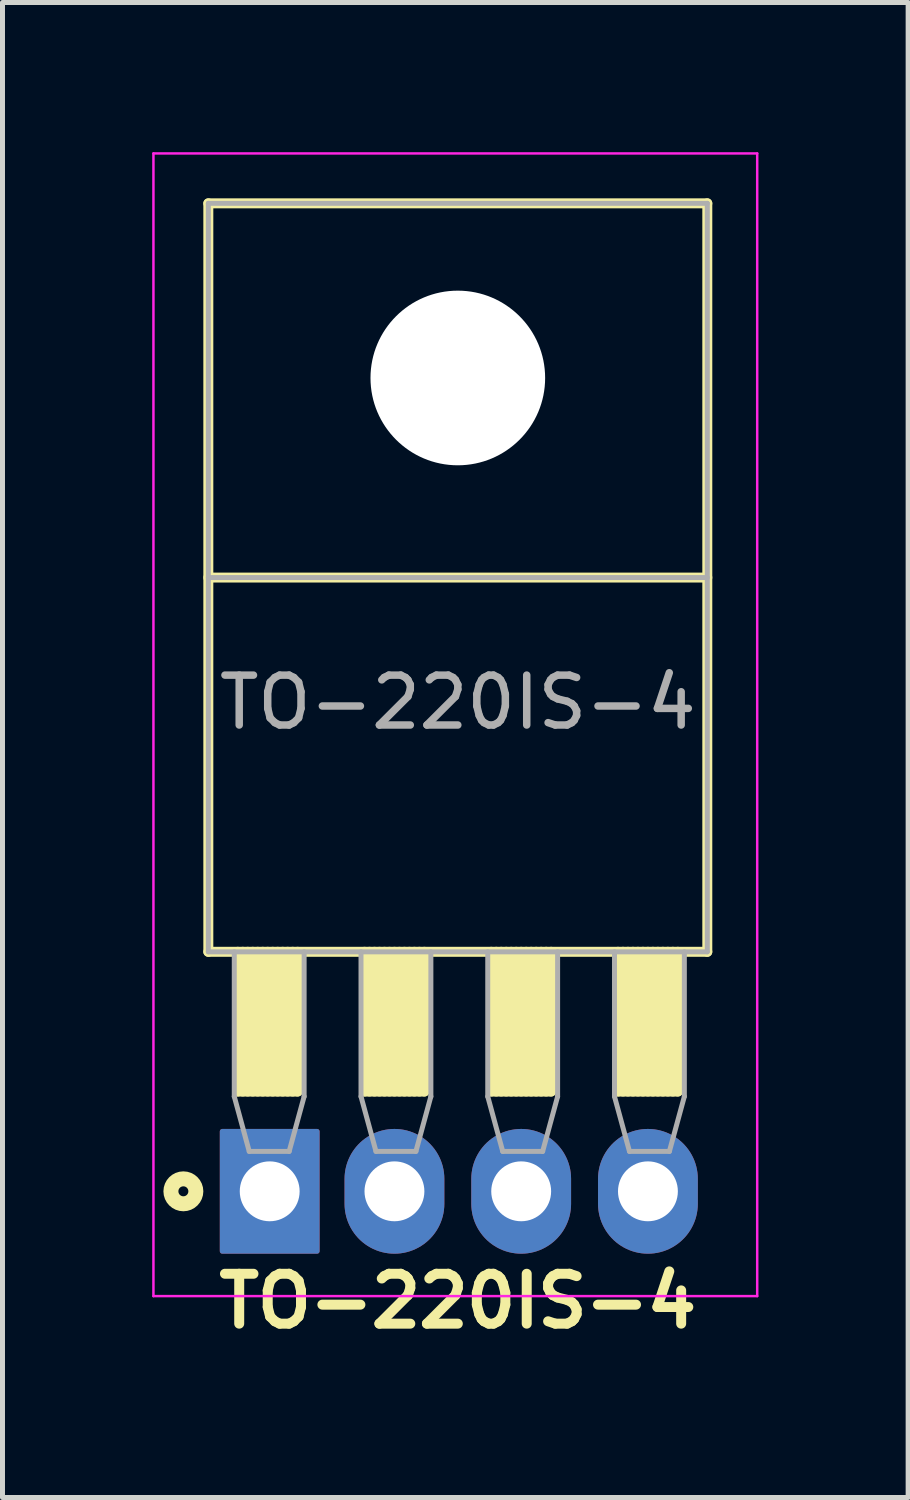
<source format=kicad_pcb>
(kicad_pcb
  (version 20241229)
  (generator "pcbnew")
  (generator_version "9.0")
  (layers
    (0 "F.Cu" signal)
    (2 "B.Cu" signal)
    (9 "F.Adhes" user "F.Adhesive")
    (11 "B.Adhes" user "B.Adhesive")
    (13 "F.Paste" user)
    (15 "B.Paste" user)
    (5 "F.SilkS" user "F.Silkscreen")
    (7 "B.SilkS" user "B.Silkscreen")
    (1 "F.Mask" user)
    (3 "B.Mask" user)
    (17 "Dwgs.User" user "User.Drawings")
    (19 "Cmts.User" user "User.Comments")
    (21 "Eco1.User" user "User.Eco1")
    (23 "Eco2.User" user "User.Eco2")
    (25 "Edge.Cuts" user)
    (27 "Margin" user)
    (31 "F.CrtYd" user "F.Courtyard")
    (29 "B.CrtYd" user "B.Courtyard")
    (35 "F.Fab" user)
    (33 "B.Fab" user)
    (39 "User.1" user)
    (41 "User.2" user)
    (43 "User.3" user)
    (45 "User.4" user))
  (footprint "TO-220IS-4"
    (layer "F.Cu")
    (at 6.125 20.825)
    (property "Reference" "TO-220IS-4" (at 0 2.2 0) (layer "F.SilkS") (effects (font (size 1 1) (thickness 0.2))))
    (attr through_hole)
    (fp_line (start -5 -4.8) (end -5 -19.8) (stroke (width 0.2) (type solid)) (layer "F.SilkS"))
    (fp_line (start -4.41 -4.8) (end -4.41 -2) (stroke (width 0.2) (type solid)) (layer "F.SilkS"))
    (fp_line (start -4.41 -2) (end -3.21 -2) (stroke (width 0.2) (type solid)) (layer "F.SilkS"))
    (fp_line (start -4.31 -4.8) (end -4.31 -2) (stroke (width 0.2) (type solid)) (layer "F.SilkS"))
    (fp_line (start -4.21 -4.8) (end -4.21 -2) (stroke (width 0.2) (type solid)) (layer "F.SilkS"))
    (fp_line (start -4.11 -4.8) (end -4.11 -2) (stroke (width 0.2) (type solid)) (layer "F.SilkS"))
    (fp_line (start -4.01 -4.8) (end -4.01 -2) (stroke (width 0.2) (type solid)) (layer "F.SilkS"))
    (fp_line (start -3.91 -4.8) (end -3.91 -2) (stroke (width 0.2) (type solid)) (layer "F.SilkS"))
    (fp_line (start -3.81 -4.8) (end -3.81 -2) (stroke (width 0.2) (type solid)) (layer "F.SilkS"))
    (fp_line (start -3.71 -4.8) (end -3.71 -2) (stroke (width 0.2) (type solid)) (layer "F.SilkS"))
    (fp_line (start -3.61 -4.8) (end -3.61 -2) (stroke (width 0.2) (type solid)) (layer "F.SilkS"))
    (fp_line (start -3.51 -4.8) (end -3.51 -2) (stroke (width 0.2) (type solid)) (layer "F.SilkS"))
    (fp_line (start -3.41 -4.8) (end -3.41 -2) (stroke (width 0.2) (type solid)) (layer "F.SilkS"))
    (fp_line (start -3.31 -4.8) (end -3.31 -2) (stroke (width 0.2) (type solid)) (layer "F.SilkS"))
    (fp_line (start -3.21 -4.8) (end -3.21 -2) (stroke (width 0.2) (type solid)) (layer "F.SilkS"))
    (fp_line (start -1.87 -4.8) (end -1.87 -2) (stroke (width 0.2) (type solid)) (layer "F.SilkS"))
    (fp_line (start -1.87 -2) (end -0.67 -2) (stroke (width 0.2) (type solid)) (layer "F.SilkS"))
    (fp_line (start -1.77 -4.8) (end -1.77 -2) (stroke (width 0.2) (type solid)) (layer "F.SilkS"))
    (fp_line (start -1.67 -4.8) (end -1.67 -2) (stroke (width 0.2) (type solid)) (layer "F.SilkS"))
    (fp_line (start -1.57 -4.8) (end -1.57 -2) (stroke (width 0.2) (type solid)) (layer "F.SilkS"))
    (fp_line (start -1.47 -4.8) (end -1.47 -2) (stroke (width 0.2) (type solid)) (layer "F.SilkS"))
    (fp_line (start -1.37 -4.8) (end -1.37 -2) (stroke (width 0.2) (type solid)) (layer "F.SilkS"))
    (fp_line (start -1.27 -4.8) (end -1.27 -2) (stroke (width 0.2) (type solid)) (layer "F.SilkS"))
    (fp_line (start -1.17 -4.8) (end -1.17 -2) (stroke (width 0.2) (type solid)) (layer "F.SilkS"))
    (fp_line (start -1.07 -4.8) (end -1.07 -2) (stroke (width 0.2) (type solid)) (layer "F.SilkS"))
    (fp_line (start -0.97 -4.8) (end -0.97 -2) (stroke (width 0.2) (type solid)) (layer "F.SilkS"))
    (fp_line (start -0.87 -4.8) (end -0.87 -2) (stroke (width 0.2) (type solid)) (layer "F.SilkS"))
    (fp_line (start -0.77 -4.8) (end -0.77 -2) (stroke (width 0.2) (type solid)) (layer "F.SilkS"))
    (fp_line (start -0.67 -4.8) (end -0.67 -2) (stroke (width 0.2) (type solid)) (layer "F.SilkS"))
    (fp_line (start 0.67 -4.8) (end 0.67 -2) (stroke (width 0.2) (type solid)) (layer "F.SilkS"))
    (fp_line (start 0.67 -2) (end 1.87 -2) (stroke (width 0.2) (type solid)) (layer "F.SilkS"))
    (fp_line (start 0.77 -4.8) (end 0.77 -2) (stroke (width 0.2) (type solid)) (layer "F.SilkS"))
    (fp_line (start 0.87 -4.8) (end 0.87 -2) (stroke (width 0.2) (type solid)) (layer "F.SilkS"))
    (fp_line (start 0.97 -4.8) (end 0.97 -2) (stroke (width 0.2) (type solid)) (layer "F.SilkS"))
    (fp_line (start 1.07 -4.8) (end 1.07 -2) (stroke (width 0.2) (type solid)) (layer "F.SilkS"))
    (fp_line (start 1.17 -4.8) (end 1.17 -2) (stroke (width 0.2) (type solid)) (layer "F.SilkS"))
    (fp_line (start 1.27 -4.8) (end 1.27 -2) (stroke (width 0.2) (type solid)) (layer "F.SilkS"))
    (fp_line (start 1.37 -4.8) (end 1.37 -2) (stroke (width 0.2) (type solid)) (layer "F.SilkS"))
    (fp_line (start 1.47 -4.8) (end 1.47 -2) (stroke (width 0.2) (type solid)) (layer "F.SilkS"))
    (fp_line (start 1.57 -4.8) (end 1.57 -2) (stroke (width 0.2) (type solid)) (layer "F.SilkS"))
    (fp_line (start 1.67 -4.8) (end 1.67 -2) (stroke (width 0.2) (type solid)) (layer "F.SilkS"))
    (fp_line (start 1.77 -4.8) (end 1.77 -2) (stroke (width 0.2) (type solid)) (layer "F.SilkS"))
    (fp_line (start 1.87 -4.8) (end 1.87 -2) (stroke (width 0.2) (type solid)) (layer "F.SilkS"))
    (fp_line (start 3.21 -4.8) (end 3.21 -2) (stroke (width 0.2) (type solid)) (layer "F.SilkS"))
    (fp_line (start 3.21 -2) (end 4.41 -2) (stroke (width 0.2) (type solid)) (layer "F.SilkS"))
    (fp_line (start 3.31 -4.8) (end 3.31 -2) (stroke (width 0.2) (type solid)) (layer "F.SilkS"))
    (fp_line (start 3.41 -4.8) (end 3.41 -2) (stroke (width 0.2) (type solid)) (layer "F.SilkS"))
    (fp_line (start 3.51 -4.8) (end 3.51 -2) (stroke (width 0.2) (type solid)) (layer "F.SilkS"))
    (fp_line (start 3.61 -4.8) (end 3.61 -2) (stroke (width 0.2) (type solid)) (layer "F.SilkS"))
    (fp_line (start 3.71 -4.8) (end 3.71 -2) (stroke (width 0.2) (type solid)) (layer "F.SilkS"))
    (fp_line (start 3.81 -4.8) (end 3.81 -2) (stroke (width 0.2) (type solid)) (layer "F.SilkS"))
    (fp_line (start 3.91 -4.8) (end 3.91 -2) (stroke (width 0.2) (type solid)) (layer "F.SilkS"))
    (fp_line (start 4.01 -4.8) (end 4.01 -2) (stroke (width 0.2) (type solid)) (layer "F.SilkS"))
    (fp_line (start 4.11 -4.8) (end 4.11 -2) (stroke (width 0.2) (type solid)) (layer "F.SilkS"))
    (fp_line (start 4.21 -4.8) (end 4.21 -2) (stroke (width 0.2) (type solid)) (layer "F.SilkS"))
    (fp_line (start 4.31 -4.8) (end 4.31 -2) (stroke (width 0.2) (type solid)) (layer "F.SilkS"))
    (fp_line (start 4.41 -4.8) (end 4.41 -2) (stroke (width 0.2) (type solid)) (layer "F.SilkS"))
    (fp_line (start 5 -19.8) (end -5 -19.8) (stroke (width 0.2) (type solid)) (layer "F.SilkS"))
    (fp_line (start 5 -12.3) (end -5 -12.3) (stroke (width 0.2) (type solid)) (layer "F.SilkS"))
    (fp_line (start 5 -4.8) (end -5 -4.8) (stroke (width 0.2) (type solid)) (layer "F.SilkS"))
    (fp_line (start 5 -4.8) (end 5 -19.8) (stroke (width 0.2) (type solid)) (layer "F.SilkS"))
    (fp_circle (center -5.5 0) (end -5.4 0) (stroke (width 0.3) (type solid)) (fill no) (layer "F.SilkS"))
    (fp_line (start -6.1 -20.8) (end -6.1 2.1) (stroke (width 0.05) (type solid)) (layer "F.CrtYd"))
    (fp_line (start -6.1 -20.8) (end 6 -20.8) (stroke (width 0.05) (type solid)) (layer "F.CrtYd"))
    (fp_line (start -6.1 2.1) (end 6 2.1) (stroke (width 0.05) (type solid)) (layer "F.CrtYd"))
    (fp_line (start 6 -20.8) (end 6 2.1) (stroke (width 0.05) (type solid)) (layer "F.CrtYd"))
    (fp_line (start -5 -19.8) (end 5 -19.8) (stroke (width 0.1) (type solid)) (layer "F.Fab"))
    (fp_line (start -5 -12.3) (end 5 -12.3) (stroke (width 0.1) (type solid)) (layer "F.Fab"))
    (fp_line (start -5 -4.8) (end -5 -19.8) (stroke (width 0.1) (type solid)) (layer "F.Fab"))
    (fp_line (start -4.48 -4.8) (end -4.48 -1.9) (stroke (width 0.1) (type solid)) (layer "F.Fab"))
    (fp_line (start -4.48 -1.9) (end -4.18 -0.8) (stroke (width 0.1) (type solid)) (layer "F.Fab"))
    (fp_line (start -4.18 -0.8) (end -3.38 -0.8) (stroke (width 0.1) (type solid)) (layer "F.Fab"))
    (fp_line (start -3.38 -0.8) (end -3.08 -1.9) (stroke (width 0.1) (type solid)) (layer "F.Fab"))
    (fp_line (start -3.08 -1.9) (end -3.08 -4.8) (stroke (width 0.1) (type solid)) (layer "F.Fab"))
    (fp_line (start -1.94 -4.8) (end -1.94 -1.9) (stroke (width 0.1) (type solid)) (layer "F.Fab"))
    (fp_line (start -1.94 -1.9) (end -1.64 -0.8) (stroke (width 0.1) (type solid)) (layer "F.Fab"))
    (fp_line (start -1.64 -0.8) (end -0.84 -0.8) (stroke (width 0.1) (type solid)) (layer "F.Fab"))
    (fp_line (start -0.84 -0.8) (end -0.54 -1.9) (stroke (width 0.1) (type solid)) (layer "F.Fab"))
    (fp_line (start -0.54 -1.9) (end -0.54 -4.8) (stroke (width 0.1) (type solid)) (layer "F.Fab"))
    (fp_line (start 0.6 -4.8) (end 0.6 -1.9) (stroke (width 0.1) (type solid)) (layer "F.Fab"))
    (fp_line (start 0.6 -1.9) (end 0.9 -0.8) (stroke (width 0.1) (type solid)) (layer "F.Fab"))
    (fp_line (start 0.9 -0.8) (end 1.7 -0.8) (stroke (width 0.1) (type solid)) (layer "F.Fab"))
    (fp_line (start 1.7 -0.8) (end 2 -1.9) (stroke (width 0.1) (type solid)) (layer "F.Fab"))
    (fp_line (start 2 -1.9) (end 2 -4.8) (stroke (width 0.1) (type solid)) (layer "F.Fab"))
    (fp_line (start 3.14 -4.8) (end 3.14 -1.9) (stroke (width 0.1) (type solid)) (layer "F.Fab"))
    (fp_line (start 3.14 -1.9) (end 3.44 -0.8) (stroke (width 0.1) (type solid)) (layer "F.Fab"))
    (fp_line (start 3.44 -0.8) (end 4.24 -0.8) (stroke (width 0.1) (type solid)) (layer "F.Fab"))
    (fp_line (start 4.24 -0.8) (end 4.54 -1.9) (stroke (width 0.1) (type solid)) (layer "F.Fab"))
    (fp_line (start 4.54 -1.9) (end 4.54 -4.8) (stroke (width 0.1) (type solid)) (layer "F.Fab"))
    (fp_line (start 5 -19.8) (end 5 -4.8) (stroke (width 0.1) (type solid)) (layer "F.Fab"))
    (fp_line (start 5 -4.8) (end -5 -4.8) (stroke (width 0.1) (type solid)) (layer "F.Fab"))
    (fp_text user "${REFERENCE}" (at 0 -9.8 0) (layer "F.Fab") (effects (font (size 1 1) (thickness 0.15))))
    (pad "" np_thru_hole circle (at 0 -16.3) (size 3.5 3.5) (drill 3.5) (layers "*.Cu" "*.Mask"))
    (pad "1" thru_hole roundrect (at -3.77 0) (size 2 2.5) (drill 1.2) (layers "*.Cu" "*.Mask") (roundrect_rratio 0.025))
    (pad "2" thru_hole oval (at -1.27 0) (size 2 2.5) (drill 1.2) (layers "*.Cu" "*.Mask"))
    (pad "3" thru_hole oval (at 1.27 0) (size 2 2.5) (drill 1.2) (layers "*.Cu" "*.Mask"))
    (pad "4" thru_hole oval (at 3.81 0) (size 2 2.5) (drill 1.2) (layers "*.Cu" "*.Mask")))
  (gr_rect
    (start -3 -3)
    (end 15.15 26.961)
    (stroke (width 0.1) (type default))
    (fill no)
    (layer "Edge.Cuts")))
</source>
